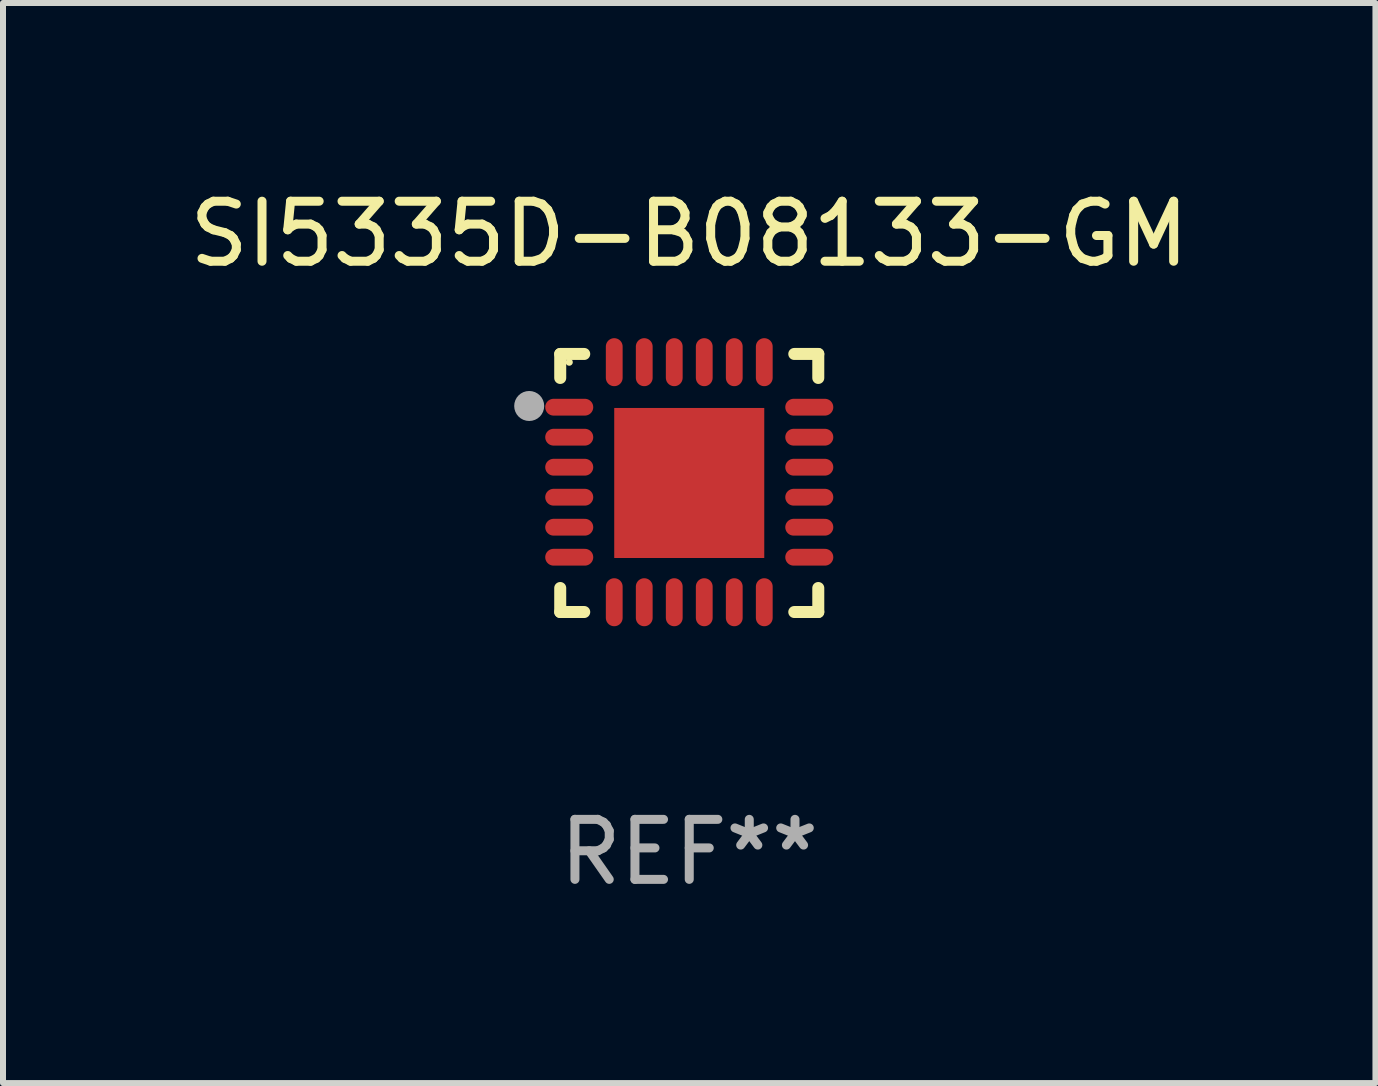
<source format=kicad_pcb>
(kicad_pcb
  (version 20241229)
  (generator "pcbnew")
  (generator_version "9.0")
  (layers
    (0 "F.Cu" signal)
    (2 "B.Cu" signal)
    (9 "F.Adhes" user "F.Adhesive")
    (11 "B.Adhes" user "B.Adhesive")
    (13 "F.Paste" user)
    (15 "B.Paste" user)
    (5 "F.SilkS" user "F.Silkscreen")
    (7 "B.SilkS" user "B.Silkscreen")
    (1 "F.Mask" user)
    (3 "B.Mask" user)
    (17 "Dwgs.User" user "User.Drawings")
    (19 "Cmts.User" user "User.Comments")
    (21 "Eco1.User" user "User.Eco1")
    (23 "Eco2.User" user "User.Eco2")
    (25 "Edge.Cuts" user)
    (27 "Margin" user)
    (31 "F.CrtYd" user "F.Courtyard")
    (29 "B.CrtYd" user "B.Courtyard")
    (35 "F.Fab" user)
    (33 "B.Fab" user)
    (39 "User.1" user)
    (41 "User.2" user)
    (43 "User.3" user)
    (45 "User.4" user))
  (footprint "SI5335D-B08133-GM"
    (layer "F.Cu")
    (at 8.435 4.998)
    (property "Reference" "SI5335D-B08133-GM" (at 0 -4.15 0) (layer "F.SilkS") (effects (font (size 1 1) (thickness 0.15))))
    (attr through_hole)
    (fp_line (start -2.15 -2.15) (end -1.75 -2.15) (stroke (width 0.2) (type solid)) (layer "F.SilkS"))
    (fp_line (start -2.15 -1.75) (end -2.15 -2.15) (stroke (width 0.2) (type solid)) (layer "F.SilkS"))
    (fp_line (start -2.15 2.15) (end -2.15 1.75) (stroke (width 0.2) (type solid)) (layer "F.SilkS"))
    (fp_line (start -1.75 2.15) (end -2.15 2.15) (stroke (width 0.2) (type solid)) (layer "F.SilkS"))
    (fp_line (start 1.75 -2.15) (end 2.15 -2.15) (stroke (width 0.2) (type solid)) (layer "F.SilkS"))
    (fp_line (start 1.75 2.15) (end 2.15 2.15) (stroke (width 0.2) (type solid)) (layer "F.SilkS"))
    (fp_line (start 2.15 -2.15) (end 2.15 -1.75) (stroke (width 0.2) (type solid)) (layer "F.SilkS"))
    (fp_line (start 2.15 2.15) (end 2.15 1.75) (stroke (width 0.2) (type solid)) (layer "F.SilkS"))
    (fp_circle (center -2 -2.013) (end -1.97 -2.013) (stroke (width 0.06) (type solid)) (fill no) (layer "F.SilkS"))
    (fp_circle (center -2.667 -1.283) (end -2.542 -1.283) (stroke (width 0.25) (type solid)) (fill no) (layer "F.Fab"))
    (fp_text user "REF**" (at 0 6.15 0) (layer "F.Fab") (effects (font (size 1 1) (thickness 0.15))))
    (pad "1" smd oval (at -2 -1.263) (size 0.8 0.28) (layers "F.Cu" "F.Mask" "F.Paste"))
    (pad "2" smd oval (at -2 -0.763) (size 0.8 0.28) (layers "F.Cu" "F.Mask" "F.Paste"))
    (pad "3" smd oval (at -2 -0.263) (size 0.8 0.28) (layers "F.Cu" "F.Mask" "F.Paste"))
    (pad "4" smd oval (at -2 0.237) (size 0.8 0.28) (layers "F.Cu" "F.Mask" "F.Paste"))
    (pad "5" smd oval (at -2 0.737) (size 0.8 0.28) (layers "F.Cu" "F.Mask" "F.Paste"))
    (pad "6" smd oval (at -2 1.237) (size 0.8 0.28) (layers "F.Cu" "F.Mask" "F.Paste"))
    (pad "7" smd oval (at -1.25 1.987) (size 0.28 0.8) (layers "F.Cu" "F.Mask" "F.Paste"))
    (pad "8" smd oval (at -0.75 1.987) (size 0.28 0.8) (layers "F.Cu" "F.Mask" "F.Paste"))
    (pad "9" smd oval (at -0.25 1.987) (size 0.28 0.8) (layers "F.Cu" "F.Mask" "F.Paste"))
    (pad "10" smd oval (at 0.25 1.987) (size 0.28 0.8) (layers "F.Cu" "F.Mask" "F.Paste"))
    (pad "11" smd oval (at 0.75 1.987) (size 0.28 0.8) (layers "F.Cu" "F.Mask" "F.Paste"))
    (pad "12" smd oval (at 1.25 1.987) (size 0.28 0.8) (layers "F.Cu" "F.Mask" "F.Paste"))
    (pad "13" smd oval (at 2 1.237) (size 0.8 0.28) (layers "F.Cu" "F.Mask" "F.Paste"))
    (pad "14" smd oval (at 2 0.737) (size 0.8 0.28) (layers "F.Cu" "F.Mask" "F.Paste"))
    (pad "15" smd oval (at 2 0.237) (size 0.8 0.28) (layers "F.Cu" "F.Mask" "F.Paste"))
    (pad "16" smd oval (at 2 -0.263) (size 0.8 0.28) (layers "F.Cu" "F.Mask" "F.Paste"))
    (pad "17" smd oval (at 2 -0.763) (size 0.8 0.28) (layers "F.Cu" "F.Mask" "F.Paste"))
    (pad "18" smd oval (at 2 -1.263) (size 0.8 0.28) (layers "F.Cu" "F.Mask" "F.Paste"))
    (pad "19" smd oval (at 1.25 -2.013) (size 0.28 0.8) (layers "F.Cu" "F.Mask" "F.Paste"))
    (pad "20" smd oval (at 0.75 -2.013) (size 0.28 0.8) (layers "F.Cu" "F.Mask" "F.Paste"))
    (pad "21" smd oval (at 0.25 -2.013) (size 0.28 0.8) (layers "F.Cu" "F.Mask" "F.Paste"))
    (pad "22" smd oval (at -0.25 -2.013) (size 0.28 0.8) (layers "F.Cu" "F.Mask" "F.Paste"))
    (pad "23" smd oval (at -0.75 -2.013) (size 0.28 0.8) (layers "F.Cu" "F.Mask" "F.Paste"))
    (pad "24" smd oval (at -1.25 -2.013) (size 0.28 0.8) (layers "F.Cu" "F.Mask" "F.Paste"))
    (pad "25" smd rect (at -0.000127 -0.00014) (size 2.5 2.5) (layers "F.Cu" "F.Mask" "F.Paste")))
  (gr_rect
    (start -3 -3)
    (end 19.869 14.997)
    (stroke (width 0.1) (type default))
    (fill no)
    (layer "Edge.Cuts")))
</source>
